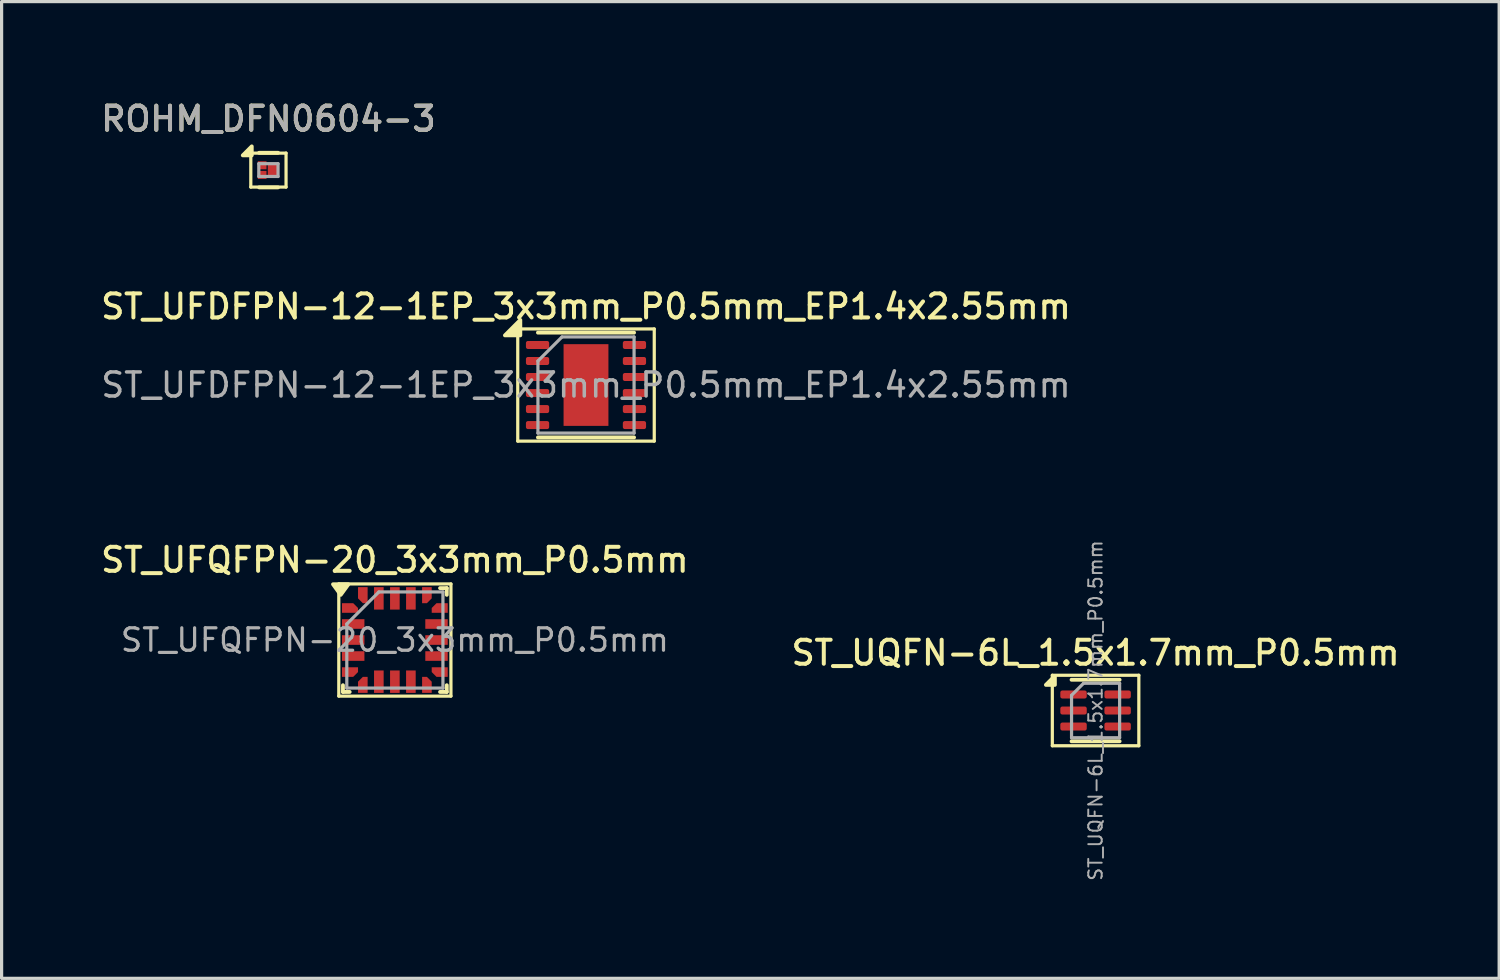
<source format=kicad_pcb>
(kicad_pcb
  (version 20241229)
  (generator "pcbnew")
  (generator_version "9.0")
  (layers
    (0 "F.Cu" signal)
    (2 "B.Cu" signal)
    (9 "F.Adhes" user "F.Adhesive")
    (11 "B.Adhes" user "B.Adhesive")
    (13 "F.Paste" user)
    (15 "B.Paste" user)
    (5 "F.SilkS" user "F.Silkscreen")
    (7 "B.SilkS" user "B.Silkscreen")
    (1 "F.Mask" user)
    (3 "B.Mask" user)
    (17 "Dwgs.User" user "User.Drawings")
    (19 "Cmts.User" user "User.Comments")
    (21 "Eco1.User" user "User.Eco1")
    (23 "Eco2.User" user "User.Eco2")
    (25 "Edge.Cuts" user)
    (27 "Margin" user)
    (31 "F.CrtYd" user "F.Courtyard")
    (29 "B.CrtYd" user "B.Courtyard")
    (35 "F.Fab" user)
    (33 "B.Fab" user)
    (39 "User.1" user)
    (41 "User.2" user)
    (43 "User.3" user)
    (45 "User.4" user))
  (footprint "ROHM_DFN0604-3"
    (layer "F.Cu")
    (at 5.327 2.258)
    (property "Reference" "ROHM_DFN0604-3" (at 0 -1.6 0) (layer "F.SilkS") (effects (font (size 0.75 0.75) (thickness 0.125))))
    (attr smd)
    (fp_line (start -0.55 -0.53) (end 0.55 -0.53) (stroke (width 0.1) (type solid)) (layer "F.SilkS"))
    (fp_line (start -0.55 0.53) (end -0.55 -0.53) (stroke (width 0.1) (type solid)) (layer "F.SilkS"))
    (fp_line (start -0.29 -0.54) (end 0.3 -0.54) (stroke (width 0.12) (type default)) (layer "F.SilkS"))
    (fp_line (start -0.29 0.54) (end 0.3 0.54) (stroke (width 0.12) (type default)) (layer "F.SilkS"))
    (fp_line (start 0.55 -0.53) (end 0.55 0.53) (stroke (width 0.1) (type solid)) (layer "F.SilkS"))
    (fp_line (start 0.55 0.53) (end -0.55 0.53) (stroke (width 0.1) (type solid)) (layer "F.SilkS"))
    (fp_poly (pts (xy -0.52 -0.46) (xy -0.8 -0.46) (xy -0.52 -0.74) (xy -0.52 -0.46)) (stroke (width 0.12) (type solid)) (fill yes) (layer "F.SilkS"))
    (fp_line (start -0.3 -0.2) (end 0.3 -0.2) (stroke (width 0.1) (type solid)) (layer "F.Fab"))
    (fp_line (start -0.3 0.2) (end -0.3 -0.2) (stroke (width 0.1) (type solid)) (layer "F.Fab"))
    (fp_line (start 0.3 -0.2) (end 0.3 0.2) (stroke (width 0.1) (type solid)) (layer "F.Fab"))
    (fp_line (start 0.3 0.2) (end -0.3 0.2) (stroke (width 0.1) (type solid)) (layer "F.Fab"))
    (fp_text user "${REFERENCE}" (at 0 -1.6 0) (layer "F.Fab") (effects (font (size 0.75 0.75) (thickness 0.125))))
    (pad "1" smd rect (at -0.195 -0.15 270) (size 0.25 0.27) (layers "F.Cu" "F.Mask" "F.Paste"))
    (pad "2" smd rect (at -0.195 0.15 270) (size 0.25 0.27) (layers "F.Cu" "F.Mask" "F.Paste"))
    (pad "3" smd rect (at 0.155 0 270) (size 0.35 0.35) (layers "F.Cu" "F.Mask" "F.Paste")))
  (footprint "ST_UQFN-6L_1.5x1.7mm_P0.5mm"
    (layer "F.Cu")
    (at 31.141 19.124)
    (property "Reference" "ST_UQFN-6L_1.5x1.7mm_P0.5mm" (at 0 -1.8 0) (layer "F.SilkS") (effects (font (size 0.75 0.75) (thickness 0.125))))
    (attr smd)
    (fp_line (start -1.35 -1.1) (end -1.35 1.1) (stroke (width 0.1) (type solid)) (layer "F.SilkS"))
    (fp_line (start -1.35 1.1) (end 1.35 1.1) (stroke (width 0.1) (type solid)) (layer "F.SilkS"))
    (fp_line (start -0.75 -0.96) (end 0.75 -0.96) (stroke (width 0.12) (type solid)) (layer "F.SilkS"))
    (fp_line (start -0.75 0.96) (end 0.75 0.96) (stroke (width 0.12) (type solid)) (layer "F.SilkS"))
    (fp_line (start 1.35 -1.1) (end -1.35 -1.1) (stroke (width 0.1) (type solid)) (layer "F.SilkS"))
    (fp_line (start 1.35 1.1) (end 1.35 -1.1) (stroke (width 0.1) (type solid)) (layer "F.SilkS"))
    (fp_poly (pts (xy -1.27 -0.8) (xy -1.55 -0.8) (xy -1.27 -1.08) (xy -1.27 -0.8)) (stroke (width 0.12) (type solid)) (fill yes) (layer "F.SilkS"))
    (fp_line (start -0.75 -0.475) (end -0.375 -0.85) (stroke (width 0.1) (type solid)) (layer "F.Fab"))
    (fp_line (start -0.75 0.85) (end -0.75 -0.475) (stroke (width 0.1) (type solid)) (layer "F.Fab"))
    (fp_line (start -0.375 -0.85) (end 0.75 -0.85) (stroke (width 0.1) (type solid)) (layer "F.Fab"))
    (fp_line (start 0.75 -0.85) (end 0.75 0.85) (stroke (width 0.1) (type solid)) (layer "F.Fab"))
    (fp_line (start 0.75 0.85) (end -0.75 0.85) (stroke (width 0.1) (type solid)) (layer "F.Fab"))
    (fp_text user "${REFERENCE}" (at 0 0 90) (layer "F.Fab") (effects (font (size 0.42 0.42) (thickness 0.06))))
    (pad "1" smd roundrect (at -0.688 -0.5) (size 0.825 0.25) (layers "F.Cu" "F.Mask" "F.Paste") (roundrect_rratio 0.25))
    (pad "2" smd roundrect (at -0.688 0) (size 0.825 0.25) (layers "F.Cu" "F.Mask" "F.Paste") (roundrect_rratio 0.25))
    (pad "3" smd roundrect (at -0.688 0.5) (size 0.825 0.25) (layers "F.Cu" "F.Mask" "F.Paste") (roundrect_rratio 0.25))
    (pad "4" smd roundrect (at 0.688 0.5) (size 0.825 0.25) (layers "F.Cu" "F.Mask" "F.Paste") (roundrect_rratio 0.25))
    (pad "5" smd roundrect (at 0.688 0) (size 0.825 0.25) (layers "F.Cu" "F.Mask" "F.Paste") (roundrect_rratio 0.25))
    (pad "6" smd roundrect (at 0.688 -0.5) (size 0.825 0.25) (layers "F.Cu" "F.Mask" "F.Paste") (roundrect_rratio 0.25)))
  (footprint "ST_UFDFPN-12-1EP_3x3mm_P0.5mm_EP1.4x2.55mm"
    (layer "F.Cu")
    (at 15.238 8.966)
    (property "Reference" "ST_UFDFPN-12-1EP_3x3mm_P0.5mm_EP1.4x2.55mm" (at 0 -2.45 0) (layer "F.SilkS") (effects (font (size 0.75 0.75) (thickness 0.125))))
    (attr smd)
    (fp_line (start -2.13 -1.75) (end -2.13 1.75) (stroke (width 0.1) (type solid)) (layer "F.SilkS"))
    (fp_line (start -2.13 1.75) (end 2.13 1.75) (stroke (width 0.1) (type solid)) (layer "F.SilkS"))
    (fp_line (start -1.5 -1.635) (end 1.5 -1.635) (stroke (width 0.12) (type solid)) (layer "F.SilkS"))
    (fp_line (start -1.5 1.635) (end 1.5 1.635) (stroke (width 0.12) (type solid)) (layer "F.SilkS"))
    (fp_line (start 2.13 -1.75) (end -2.13 -1.75) (stroke (width 0.1) (type solid)) (layer "F.SilkS"))
    (fp_line (start 2.13 1.75) (end 2.13 -1.75) (stroke (width 0.1) (type solid)) (layer "F.SilkS"))
    (fp_poly (pts (xy -2.05 -1.55) (xy -2.53 -1.55) (xy -2.05 -2.03) (xy -2.05 -1.55)) (stroke (width 0.12) (type solid)) (fill yes) (layer "F.SilkS"))
    (fp_line (start -1.5 -0.75) (end -0.75 -1.5) (stroke (width 0.1) (type solid)) (layer "F.Fab"))
    (fp_line (start -1.5 1.5) (end -1.5 -0.75) (stroke (width 0.1) (type solid)) (layer "F.Fab"))
    (fp_line (start -0.75 -1.5) (end 1.5 -1.5) (stroke (width 0.1) (type solid)) (layer "F.Fab"))
    (fp_line (start 1.5 -1.5) (end 1.5 1.5) (stroke (width 0.1) (type solid)) (layer "F.Fab"))
    (fp_line (start 1.5 1.5) (end -1.5 1.5) (stroke (width 0.1) (type solid)) (layer "F.Fab"))
    (fp_text user "${REFERENCE}" (at 0 0 0) (layer "F.Fab") (effects (font (size 0.75 0.75) (thickness 0.11))))
    (pad "" smd roundrect (at 0 0) (size 1.13 2.06) (layers "F.Paste") (roundrect_rratio 0.221))
    (pad "1" smd roundrect (at -1.512 -1.25) (size 0.725 0.25) (layers "F.Cu" "F.Mask" "F.Paste") (roundrect_rratio 0.25))
    (pad "2" smd roundrect (at -1.512 -0.75) (size 0.725 0.25) (layers "F.Cu" "F.Mask" "F.Paste") (roundrect_rratio 0.25))
    (pad "3" smd roundrect (at -1.512 -0.25) (size 0.725 0.25) (layers "F.Cu" "F.Mask" "F.Paste") (roundrect_rratio 0.25))
    (pad "4" smd roundrect (at -1.512 0.25) (size 0.725 0.25) (layers "F.Cu" "F.Mask" "F.Paste") (roundrect_rratio 0.25))
    (pad "5" smd roundrect (at -1.512 0.75) (size 0.725 0.25) (layers "F.Cu" "F.Mask" "F.Paste") (roundrect_rratio 0.25))
    (pad "6" smd roundrect (at -1.512 1.25) (size 0.725 0.25) (layers "F.Cu" "F.Mask" "F.Paste") (roundrect_rratio 0.25))
    (pad "7" smd roundrect (at 1.512 1.25) (size 0.725 0.25) (layers "F.Cu" "F.Mask" "F.Paste") (roundrect_rratio 0.25))
    (pad "8" smd roundrect (at 1.512 0.75) (size 0.725 0.25) (layers "F.Cu" "F.Mask" "F.Paste") (roundrect_rratio 0.25))
    (pad "9" smd roundrect (at 1.512 0.25) (size 0.725 0.25) (layers "F.Cu" "F.Mask" "F.Paste") (roundrect_rratio 0.25))
    (pad "10" smd roundrect (at 1.512 -0.25) (size 0.725 0.25) (layers "F.Cu" "F.Mask" "F.Paste") (roundrect_rratio 0.25))
    (pad "11" smd roundrect (at 1.512 -0.75) (size 0.725 0.25) (layers "F.Cu" "F.Mask" "F.Paste") (roundrect_rratio 0.25))
    (pad "12" smd roundrect (at 1.512 -1.25) (size 0.725 0.25) (layers "F.Cu" "F.Mask" "F.Paste") (roundrect_rratio 0.25))
    (pad "13" smd rect (at 0 0) (size 1.4 2.55) (property pad_prop_heatsink) (layers "F.Cu" "F.Mask")))
  (footprint "ST_UFQFPN-20_3x3mm_P0.5mm"
    (layer "F.Cu")
    (at 9.273 16.924)
    (property "Reference" "ST_UFQFPN-20_3x3mm_P0.5mm" (at 0 -2.5 0) (layer "F.SilkS") (effects (font (size 0.75 0.75) (thickness 0.125))))
    (attr smd)
    (fp_line (start -1.75 -1.75) (end 1.75 -1.75) (stroke (width 0.1) (type solid)) (layer "F.SilkS"))
    (fp_line (start -1.75 1.75) (end -1.75 -1.75) (stroke (width 0.1) (type solid)) (layer "F.SilkS"))
    (fp_line (start -1.62 1.62) (end -1.62 1.41) (stroke (width 0.12) (type solid)) (layer "F.SilkS"))
    (fp_line (start -1.62 1.62) (end -1.41 1.62) (stroke (width 0.12) (type solid)) (layer "F.SilkS"))
    (fp_line (start 1.62 -1.62) (end 1.41 -1.62) (stroke (width 0.12) (type solid)) (layer "F.SilkS"))
    (fp_line (start 1.62 -1.62) (end 1.62 -1.41) (stroke (width 0.12) (type solid)) (layer "F.SilkS"))
    (fp_line (start 1.62 1.62) (end 1.41 1.62) (stroke (width 0.12) (type solid)) (layer "F.SilkS"))
    (fp_line (start 1.62 1.62) (end 1.62 1.41) (stroke (width 0.12) (type solid)) (layer "F.SilkS"))
    (fp_line (start 1.75 -1.75) (end 1.75 1.75) (stroke (width 0.1) (type solid)) (layer "F.SilkS"))
    (fp_line (start 1.75 1.75) (end -1.75 1.75) (stroke (width 0.1) (type solid)) (layer "F.SilkS"))
    (fp_poly (pts (xy -1.69 -1.41) (xy -1.93 -1.74) (xy -1.45 -1.74) (xy -1.69 -1.41)) (stroke (width 0.12) (type solid)) (fill yes) (layer "F.SilkS"))
    (fp_line (start -1.5 -0.5) (end -0.5 -1.5) (stroke (width 0.1) (type solid)) (layer "F.Fab"))
    (fp_line (start -1.5 1.5) (end -1.5 -0.5) (stroke (width 0.1) (type solid)) (layer "F.Fab"))
    (fp_line (start -0.5 -1.5) (end 1.5 -1.5) (stroke (width 0.1) (type solid)) (layer "F.Fab"))
    (fp_line (start 1.5 -1.5) (end 1.5 1.5) (stroke (width 0.1) (type solid)) (layer "F.Fab"))
    (fp_line (start 1.5 1.5) (end -1.5 1.5) (stroke (width 0.1) (type solid)) (layer "F.Fab"))
    (fp_text user "${REFERENCE}" (at 0 0 0) (layer "F.Fab") (effects (font (size 0.7 0.7) (thickness 0.1))))
    (pad "1" smd custom (at -1.475 -1) (size 0.35 0.3) (layers "F.Cu" "F.Mask" "F.Paste") (options (anchor rect)) (primitives (gr_poly (pts (xy 0.325 0) (xy 0.325 0.15) (xy 0.175 0.15) (xy 0.175 -0.15)) (width 0) (fill yes))))
    (pad "2" smd rect (at -1.3 -0.5) (size 0.7 0.3) (layers "F.Cu" "F.Mask" "F.Paste"))
    (pad "3" smd rect (at -1.3 0) (size 0.7 0.3) (layers "F.Cu" "F.Mask" "F.Paste"))
    (pad "4" smd rect (at -1.3 0.5) (size 0.7 0.3) (layers "F.Cu" "F.Mask" "F.Paste"))
    (pad "5" smd custom (at -1.475 1) (size 0.35 0.3) (layers "F.Cu" "F.Mask" "F.Paste") (options (anchor rect)) (primitives (gr_poly (pts (xy 0.325 0) (xy 0.175 0.15) (xy 0.175 -0.15) (xy 0.325 -0.15)) (width 0) (fill yes))))
    (pad "6" smd custom (at -1 1.475) (size 0.3 0.35) (layers "F.Cu" "F.Mask" "F.Paste") (options (anchor rect)) (primitives (gr_poly (pts (xy 0.15 -0.175) (xy -0.15 -0.175) (xy 0 -0.325) (xy 0.15 -0.325)) (width 0) (fill yes))))
    (pad "7" smd rect (at -0.5 1.3) (size 0.3 0.7) (layers "F.Cu" "F.Mask" "F.Paste"))
    (pad "8" smd rect (at 0 1.3) (size 0.3 0.7) (layers "F.Cu" "F.Mask" "F.Paste"))
    (pad "9" smd rect (at 0.5 1.3) (size 0.3 0.7) (layers "F.Cu" "F.Mask" "F.Paste"))
    (pad "10" smd custom (at 1 1.475) (size 0.3 0.35) (layers "F.Cu" "F.Mask" "F.Paste") (options (anchor rect)) (primitives (gr_poly (pts (xy 0.15 -0.175) (xy -0.15 -0.175) (xy -0.15 -0.325) (xy 0 -0.325)) (width 0) (fill yes))))
    (pad "11" smd custom (at 1.475 1) (size 0.35 0.3) (layers "F.Cu" "F.Mask" "F.Paste") (options (anchor rect)) (primitives (gr_poly (pts (xy -0.175 0.15) (xy -0.325 0) (xy -0.325 -0.15) (xy -0.175 -0.15)) (width 0) (fill yes))))
    (pad "12" smd rect (at 1.3 0.5) (size 0.7 0.3) (layers "F.Cu" "F.Mask" "F.Paste"))
    (pad "13" smd rect (at 1.3 0) (size 0.7 0.3) (layers "F.Cu" "F.Mask" "F.Paste"))
    (pad "14" smd rect (at 1.3 -0.5) (size 0.7 0.3) (layers "F.Cu" "F.Mask" "F.Paste"))
    (pad "15" smd custom (at 1.475 -1) (size 0.35 0.3) (layers "F.Cu" "F.Mask" "F.Paste") (options (anchor rect)) (primitives (gr_poly (pts (xy -0.175 0.15) (xy -0.325 0.15) (xy -0.325 0) (xy -0.175 -0.15)) (width 0) (fill yes))))
    (pad "16" smd custom (at 1 -1.475) (size 0.3 0.35) (layers "F.Cu" "F.Mask" "F.Paste") (options (anchor rect)) (primitives (gr_poly (pts (xy 0 0.325) (xy -0.15 0.325) (xy -0.15 0.175) (xy 0.15 0.175)) (width 0) (fill yes))))
    (pad "17" smd rect (at 0.5 -1.3) (size 0.3 0.7) (layers "F.Cu" "F.Mask" "F.Paste"))
    (pad "18" smd rect (at 0 -1.3) (size 0.3 0.7) (layers "F.Cu" "F.Mask" "F.Paste"))
    (pad "19" smd rect (at -0.5 -1.3) (size 0.3 0.7) (layers "F.Cu" "F.Mask" "F.Paste"))
    (pad "20" smd custom (at -1 -1.475) (size 0.3 0.35) (layers "F.Cu" "F.Mask" "F.Paste") (options (anchor rect)) (primitives (gr_poly (pts (xy 0.15 0.325) (xy 0 0.325) (xy -0.15 0.175) (xy 0.15 0.175)) (width 0) (fill yes)))))
  (gr_rect
    (start -3 -3)
    (end 43.736 27.482)
    (stroke (width 0.1) (type default))
    (fill no)
    (layer "Edge.Cuts")))
</source>
